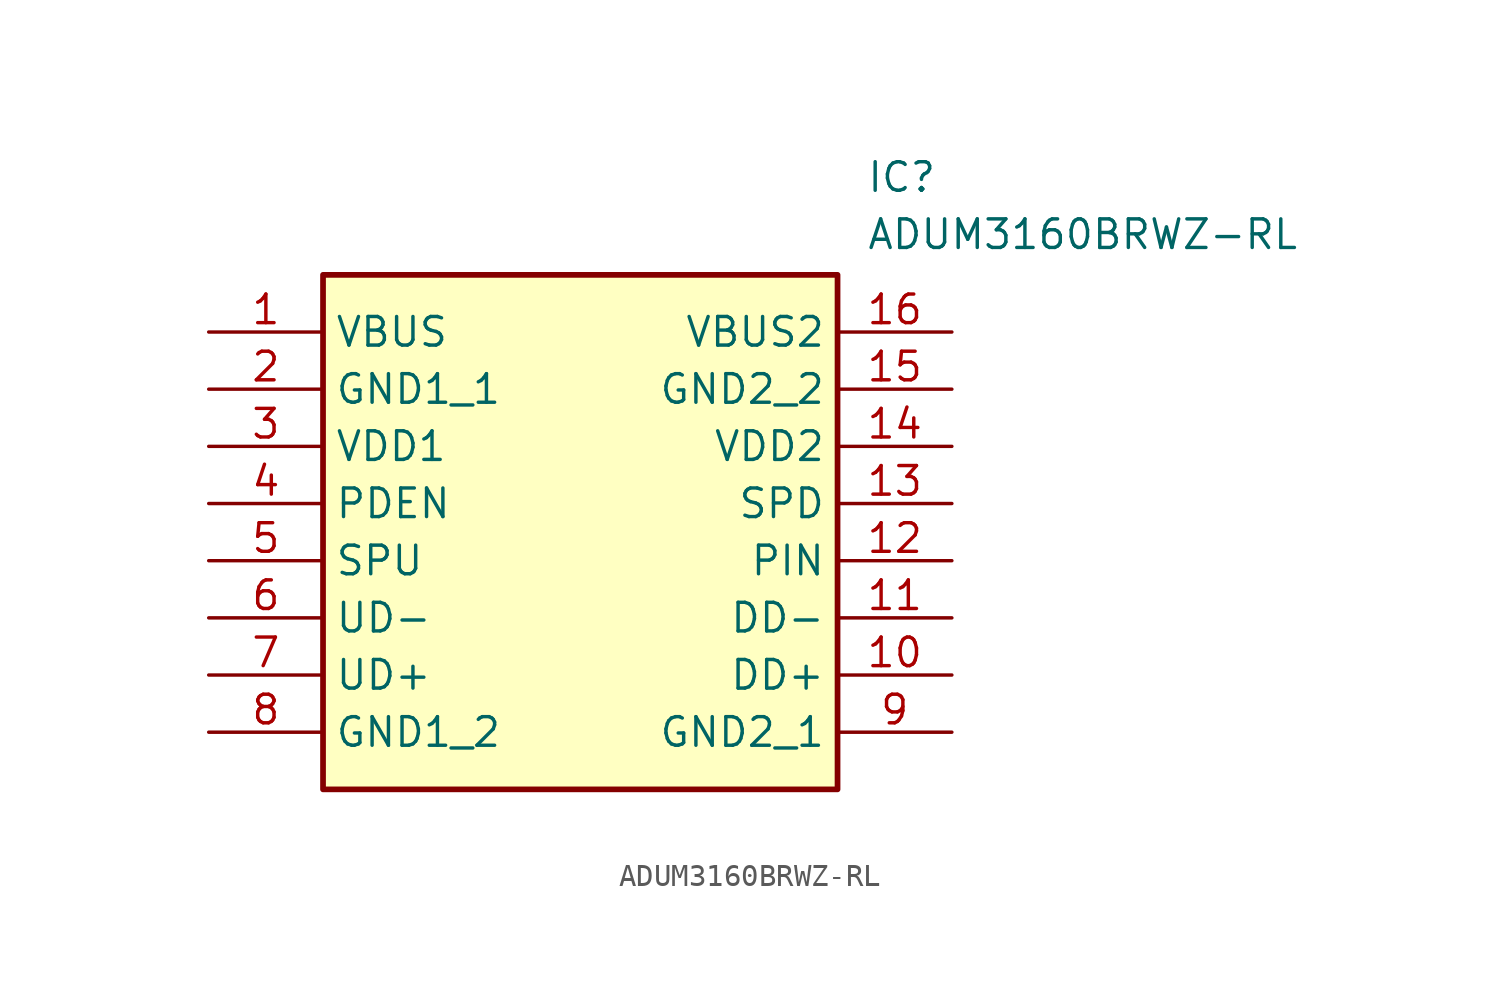
<source format=kicad_sym>
(kicad_symbol_lib
  (version 20211014)
  (generator SamacSys_ECAD_Model)
  (symbol "ADUM3160BRWZ-RL"
    (property "Reference" "IC"
      (at 29.21 7.62 0)
      (effects (font (size 1.27 1.27)) (justify left top)))
    (property "Value" "ADUM3160BRWZ-RL"
      (at 29.21 5.08 0)
      (effects (font (size 1.27 1.27)) (justify left top)))
    (rectangle
      (start 5.08 2.54)
      (end 27.94 -20.32)
      (stroke (width 0.254) (type default))
      (fill (type background)))
    (pin passive line
      (at 0 0 0)
      (length 5.08)
      (name "VBUS" (effects (font (size 1.27 1.27))))
      (number "1" (effects (font (size 1.27 1.27)))))
    (pin passive line
      (at 0 -2.54 0)
      (length 5.08)
      (name "GND1_1" (effects (font (size 1.27 1.27))))
      (number "2" (effects (font (size 1.27 1.27)))))
    (pin passive line
      (at 0 -5.08 0)
      (length 5.08)
      (name "VDD1" (effects (font (size 1.27 1.27))))
      (number "3" (effects (font (size 1.27 1.27)))))
    (pin passive line
      (at 0 -7.62 0)
      (length 5.08)
      (name "PDEN" (effects (font (size 1.27 1.27))))
      (number "4" (effects (font (size 1.27 1.27)))))
    (pin passive line
      (at 0 -10.16 0)
      (length 5.08)
      (name "SPU" (effects (font (size 1.27 1.27))))
      (number "5" (effects (font (size 1.27 1.27)))))
    (pin passive line
      (at 0 -12.7 0)
      (length 5.08)
      (name "UD-" (effects (font (size 1.27 1.27))))
      (number "6" (effects (font (size 1.27 1.27)))))
    (pin passive line
      (at 0 -15.24 0)
      (length 5.08)
      (name "UD+" (effects (font (size 1.27 1.27))))
      (number "7" (effects (font (size 1.27 1.27)))))
    (pin passive line
      (at 0 -17.78 0)
      (length 5.08)
      (name "GND1_2" (effects (font (size 1.27 1.27))))
      (number "8" (effects (font (size 1.27 1.27)))))
    (pin passive line
      (at 33.02 0 180)
      (length 5.08)
      (name "VBUS2" (effects (font (size 1.27 1.27))))
      (number "16" (effects (font (size 1.27 1.27)))))
    (pin passive line
      (at 33.02 -2.54 180)
      (length 5.08)
      (name "GND2_2" (effects (font (size 1.27 1.27))))
      (number "15" (effects (font (size 1.27 1.27)))))
    (pin passive line
      (at 33.02 -5.08 180)
      (length 5.08)
      (name "VDD2" (effects (font (size 1.27 1.27))))
      (number "14" (effects (font (size 1.27 1.27)))))
    (pin passive line
      (at 33.02 -7.62 180)
      (length 5.08)
      (name "SPD" (effects (font (size 1.27 1.27))))
      (number "13" (effects (font (size 1.27 1.27)))))
    (pin passive line
      (at 33.02 -10.16 180)
      (length 5.08)
      (name "PIN" (effects (font (size 1.27 1.27))))
      (number "12" (effects (font (size 1.27 1.27)))))
    (pin passive line
      (at 33.02 -12.7 180)
      (length 5.08)
      (name "DD-" (effects (font (size 1.27 1.27))))
      (number "11" (effects (font (size 1.27 1.27)))))
    (pin passive line
      (at 33.02 -15.24 180)
      (length 5.08)
      (name "DD+" (effects (font (size 1.27 1.27))))
      (number "10" (effects (font (size 1.27 1.27)))))
    (pin passive line
      (at 33.02 -17.78 180)
      (length 5.08)
      (name "GND2_1" (effects (font (size 1.27 1.27))))
      (number "9" (effects (font (size 1.27 1.27)))))))
</source>
